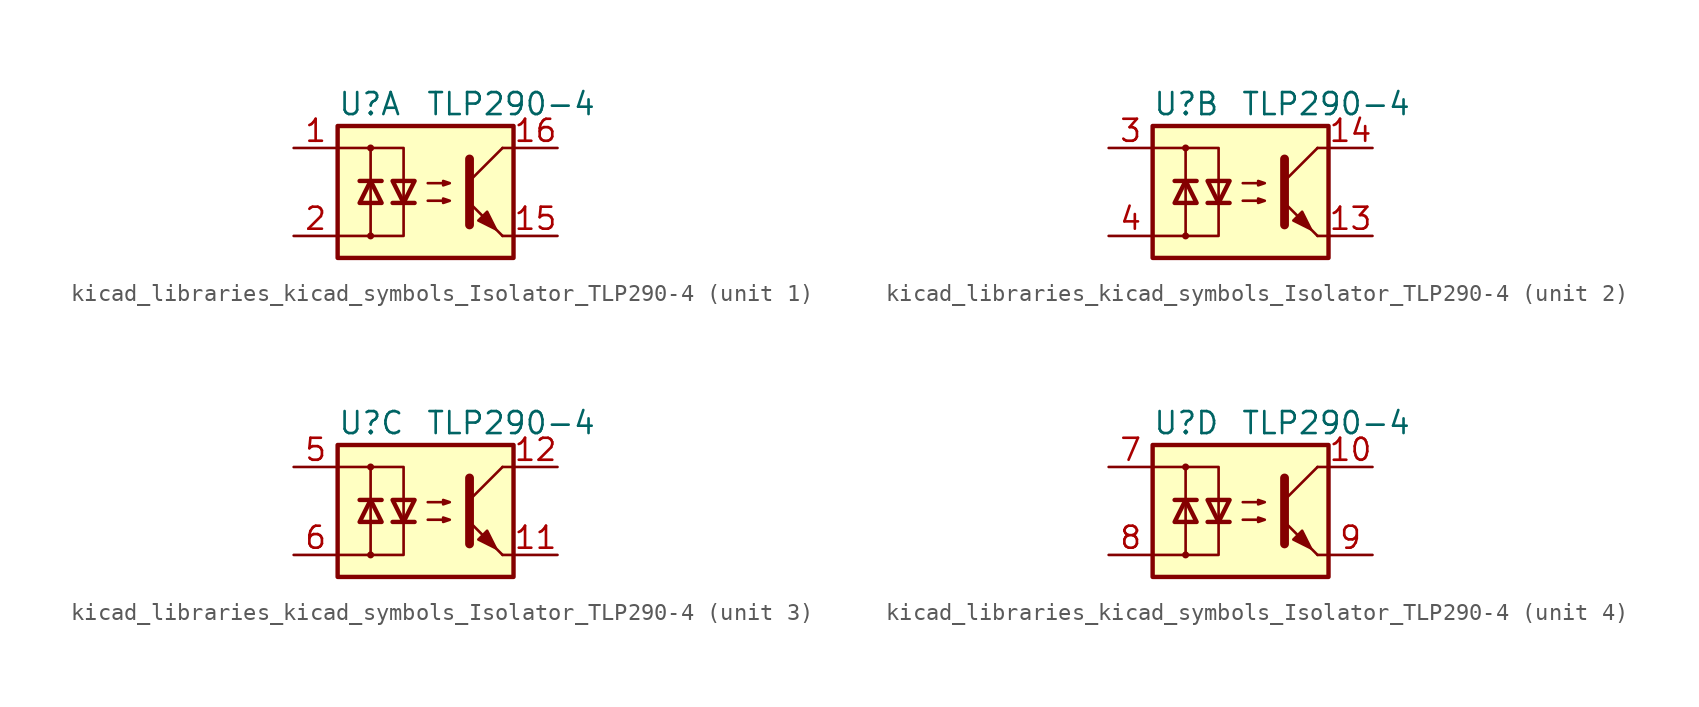
<source format=kicad_sym>
(kicad_symbol_lib
  (version 20220914)
  (generator kicad_symbol_editor)
  (symbol "kicad_libraries_kicad_symbols_Isolator_TLP290-4"
    (pin_names
      (offset 1.016))
    (property "Reference" "U"
      (at -5.08 5.08 0)
      (effects (font (size 1.27 1.27)) (justify left)))
    (property "Value" "TLP290-4"
      (at 0 5.08 0)
      (effects (font (size 1.27 1.27)) (justify left)))
    (symbol "kicad_libraries_kicad_symbols_Isolator_TLP290-4_0_1"
      (rectangle (start -5.08 3.81) (end 5.08 -3.81) (stroke (width 0.254) (type default)) (fill (type background)))
      (circle (center -3.175 -2.54) (radius 0.127) (stroke (width 0) (type default)) (fill (type none)))
      (circle (center -3.175 2.54) (radius 0.127) (stroke (width 0) (type default)) (fill (type none)))
      (polyline (pts (xy -3.81 0.635) (xy -2.54 0.635)) (stroke (width 0.254) (type default)) (fill (type none)))
      (polyline (pts (xy -3.175 -0.635) (xy -3.175 -2.54)) (stroke (width 0) (type default)) (fill (type none)))
      (polyline (pts (xy -3.175 -0.635) (xy -3.175 2.54)) (stroke (width 0) (type default)) (fill (type none)))
      (polyline (pts (xy -1.905 -0.635) (xy -0.635 -0.635)) (stroke (width 0.254) (type default)) (fill (type none)))
      (polyline (pts (xy 2.54 0.635) (xy 4.445 2.54)) (stroke (width 0) (type default)) (fill (type none)))
      (polyline (pts (xy 4.445 -2.54) (xy 2.54 -0.635)) (stroke (width 0) (type default)) (fill (type outline)))
      (polyline (pts (xy 4.445 -2.54) (xy 5.08 -2.54)) (stroke (width 0) (type default)) (fill (type none)))
      (polyline (pts (xy 4.445 2.54) (xy 5.08 2.54)) (stroke (width 0) (type default)) (fill (type none)))
      (polyline (pts (xy -5.08 2.54) (xy -1.27 2.54) (xy -1.27 -0.635)) (stroke (width 0) (type default)) (fill (type none)))
      (polyline (pts (xy -1.27 -0.635) (xy -1.27 -2.54) (xy -5.08 -2.54)) (stroke (width 0) (type default)) (fill (type none)))
      (polyline (pts (xy 2.54 1.905) (xy 2.54 -1.905) (xy 2.54 -1.905)) (stroke (width 0.508) (type default)) (fill (type none)))
      (polyline (pts (xy -3.175 0.635) (xy -3.81 -0.635) (xy -2.54 -0.635) (xy -3.175 0.635)) (stroke (width 0.254) (type default)) (fill (type none)))
      (polyline (pts (xy -1.27 -0.635) (xy -1.905 0.635) (xy -0.635 0.635) (xy -1.27 -0.635)) (stroke (width 0.254) (type default)) (fill (type none)))
      (polyline (pts (xy 0.127 -0.508) (xy 1.397 -0.508) (xy 1.016 -0.635) (xy 1.016 -0.381) (xy 1.397 -0.508)) (stroke (width 0) (type default)) (fill (type none)))
      (polyline (pts (xy 0.127 0.508) (xy 1.397 0.508) (xy 1.016 0.381) (xy 1.016 0.635) (xy 1.397 0.508)) (stroke (width 0) (type default)) (fill (type none)))
      (polyline (pts (xy 3.048 -1.651) (xy 3.556 -1.143) (xy 4.064 -2.159) (xy 3.048 -1.651) (xy 3.048 -1.651)) (stroke (width 0) (type default)) (fill (type outline))))
    (symbol "kicad_libraries_kicad_symbols_Isolator_TLP290-4_1_1"
      (pin passive line (at -7.62 2.54 0) (length 2.54) (name "~" (effects (font (size 1.27 1.27)))) (number "1" (effects (font (size 1.27 1.27)))))
      (pin passive line (at 7.62 -2.54 180) (length 2.54) (name "~" (effects (font (size 1.27 1.27)))) (number "15" (effects (font (size 1.27 1.27)))))
      (pin passive line (at 7.62 2.54 180) (length 2.54) (name "~" (effects (font (size 1.27 1.27)))) (number "16" (effects (font (size 1.27 1.27)))))
      (pin passive line (at -7.62 -2.54 0) (length 2.54) (name "~" (effects (font (size 1.27 1.27)))) (number "2" (effects (font (size 1.27 1.27))))))
    (symbol "kicad_libraries_kicad_symbols_Isolator_TLP290-4_2_1"
      (pin passive line (at 7.62 -2.54 180) (length 2.54) (name "~" (effects (font (size 1.27 1.27)))) (number "13" (effects (font (size 1.27 1.27)))))
      (pin passive line (at 7.62 2.54 180) (length 2.54) (name "~" (effects (font (size 1.27 1.27)))) (number "14" (effects (font (size 1.27 1.27)))))
      (pin passive line (at -7.62 2.54 0) (length 2.54) (name "~" (effects (font (size 1.27 1.27)))) (number "3" (effects (font (size 1.27 1.27)))))
      (pin passive line (at -7.62 -2.54 0) (length 2.54) (name "~" (effects (font (size 1.27 1.27)))) (number "4" (effects (font (size 1.27 1.27))))))
    (symbol "kicad_libraries_kicad_symbols_Isolator_TLP290-4_3_1"
      (pin passive line (at 7.62 -2.54 180) (length 2.54) (name "~" (effects (font (size 1.27 1.27)))) (number "11" (effects (font (size 1.27 1.27)))))
      (pin passive line (at 7.62 2.54 180) (length 2.54) (name "~" (effects (font (size 1.27 1.27)))) (number "12" (effects (font (size 1.27 1.27)))))
      (pin passive line (at -7.62 2.54 0) (length 2.54) (name "~" (effects (font (size 1.27 1.27)))) (number "5" (effects (font (size 1.27 1.27)))))
      (pin passive line (at -7.62 -2.54 0) (length 2.54) (name "~" (effects (font (size 1.27 1.27)))) (number "6" (effects (font (size 1.27 1.27))))))
    (symbol "kicad_libraries_kicad_symbols_Isolator_TLP290-4_4_1"
      (pin passive line (at 7.62 2.54 180) (length 2.54) (name "~" (effects (font (size 1.27 1.27)))) (number "10" (effects (font (size 1.27 1.27)))))
      (pin passive line (at -7.62 2.54 0) (length 2.54) (name "~" (effects (font (size 1.27 1.27)))) (number "7" (effects (font (size 1.27 1.27)))))
      (pin passive line (at -7.62 -2.54 0) (length 2.54) (name "~" (effects (font (size 1.27 1.27)))) (number "8" (effects (font (size 1.27 1.27)))))
      (pin passive line (at 7.62 -2.54 180) (length 2.54) (name "~" (effects (font (size 1.27 1.27)))) (number "9" (effects (font (size 1.27 1.27))))))))
</source>
